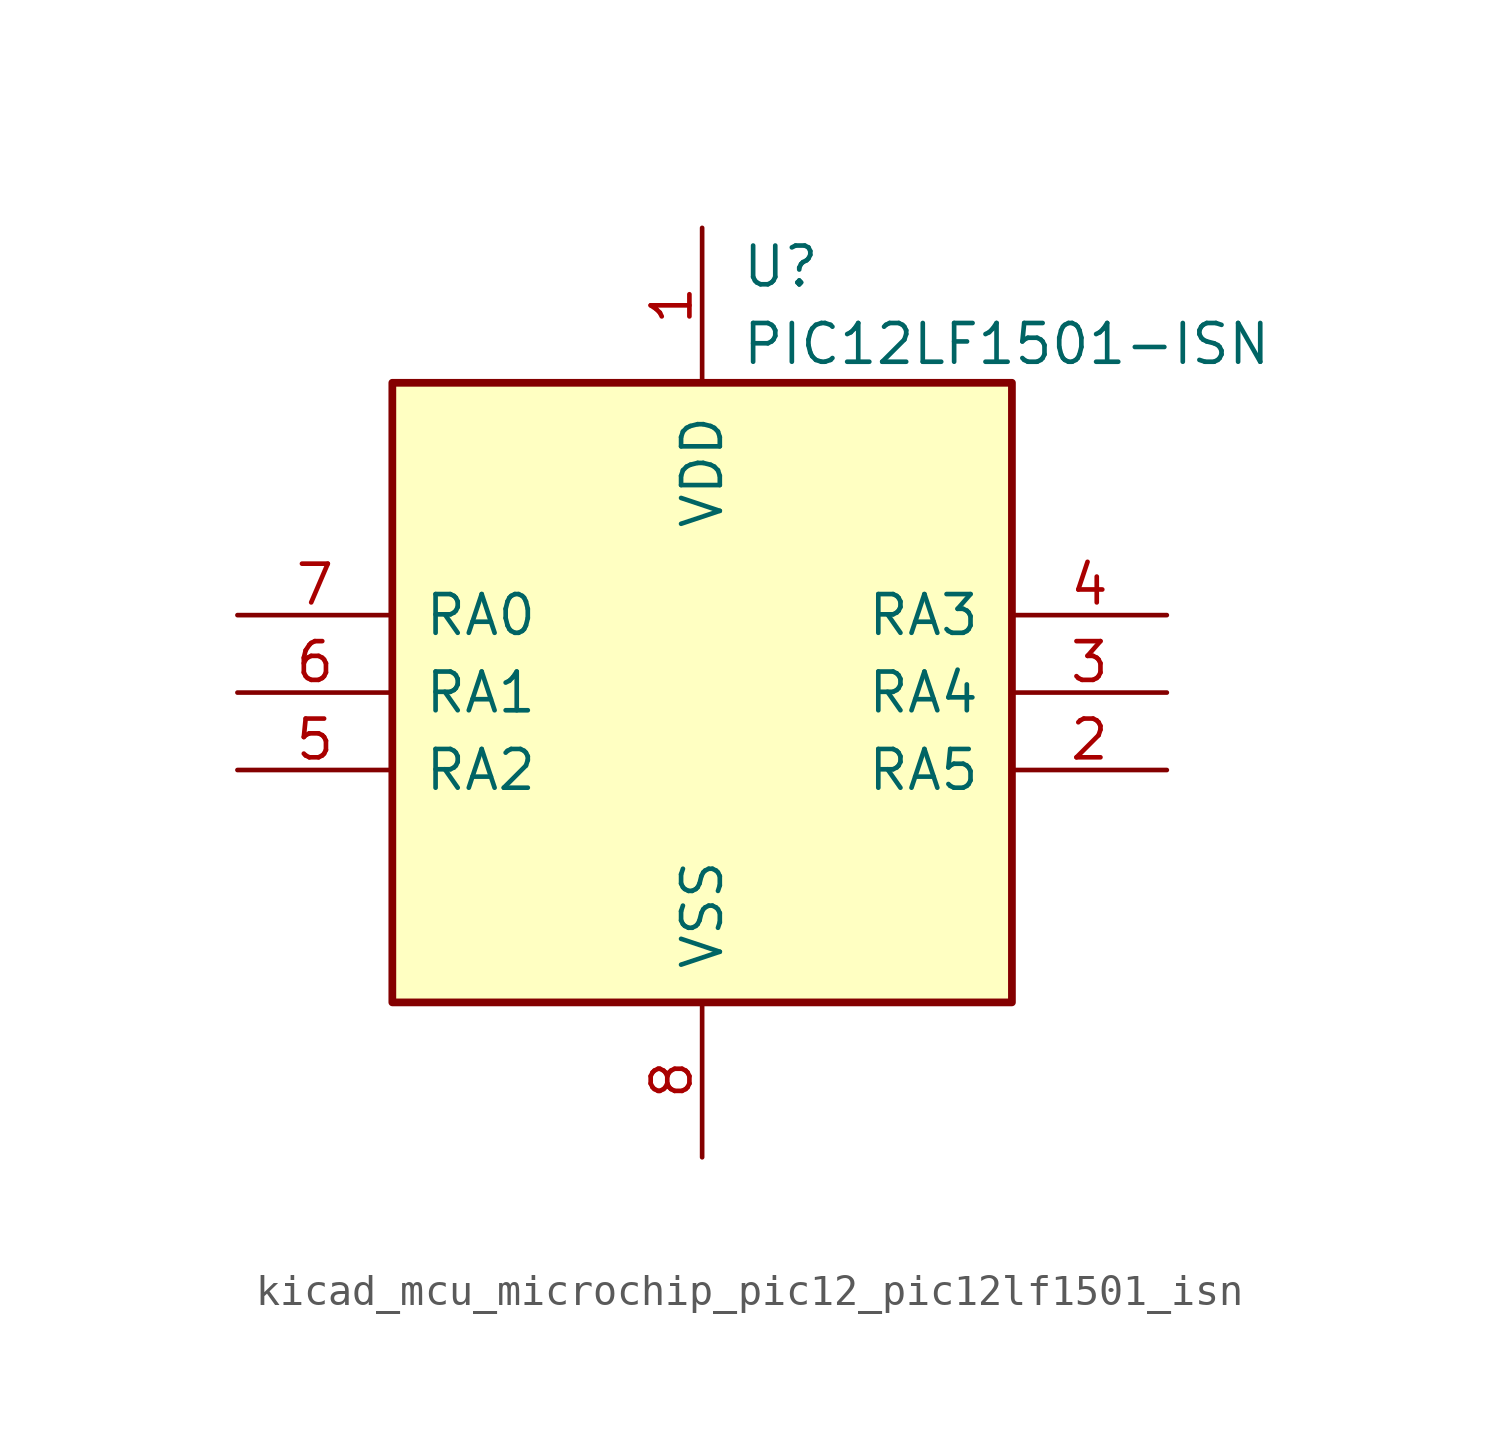
<source format=kicad_sym>
(kicad_symbol_lib
  (version 20220914)
  (generator kicad_symbol_editor)
  (symbol "kicad_mcu_microchip_pic12_pic12lf1501_isn"
    (pin_names
      (offset 1.016))
    (property "Reference" "U"
      (at 1.27 13.97 0)
      (effects (font (size 1.27 1.27)) (justify left)))
    (property "Value" "PIC12LF1501-ISN"
      (at 1.27 11.43 0)
      (effects (font (size 1.27 1.27)) (justify left)))
    (symbol "kicad_mcu_microchip_pic12_pic12lf1501_isn_0_1"
      (rectangle (start 10.16 -10.16) (end -10.16 10.16) (stroke (width 0.254) (type default)) (fill (type background))))
    (symbol "kicad_mcu_microchip_pic12_pic12lf1501_isn_1_1"
      (pin power_in line (at 0 15.24 270) (length 5.08) (name "VDD" (effects (font (size 1.27 1.27)))) (number "1" (effects (font (size 1.27 1.27)))))
      (pin bidirectional line (at 15.24 -2.54 180) (length 5.08) (name "RA5" (effects (font (size 1.27 1.27)))) (number "2" (effects (font (size 1.27 1.27)))))
      (pin bidirectional line (at 15.24 0 180) (length 5.08) (name "RA4" (effects (font (size 1.27 1.27)))) (number "3" (effects (font (size 1.27 1.27)))))
      (pin input line (at 15.24 2.54 180) (length 5.08) (name "RA3" (effects (font (size 1.27 1.27)))) (number "4" (effects (font (size 1.27 1.27)))))
      (pin bidirectional line (at -15.24 -2.54 0) (length 5.08) (name "RA2" (effects (font (size 1.27 1.27)))) (number "5" (effects (font (size 1.27 1.27)))))
      (pin bidirectional line (at -15.24 0 0) (length 5.08) (name "RA1" (effects (font (size 1.27 1.27)))) (number "6" (effects (font (size 1.27 1.27)))))
      (pin bidirectional line (at -15.24 2.54 0) (length 5.08) (name "RA0" (effects (font (size 1.27 1.27)))) (number "7" (effects (font (size 1.27 1.27)))))
      (pin power_in line (at 0 -15.24 90) (length 5.08) (name "VSS" (effects (font (size 1.27 1.27)))) (number "8" (effects (font (size 1.27 1.27))))))))
</source>
